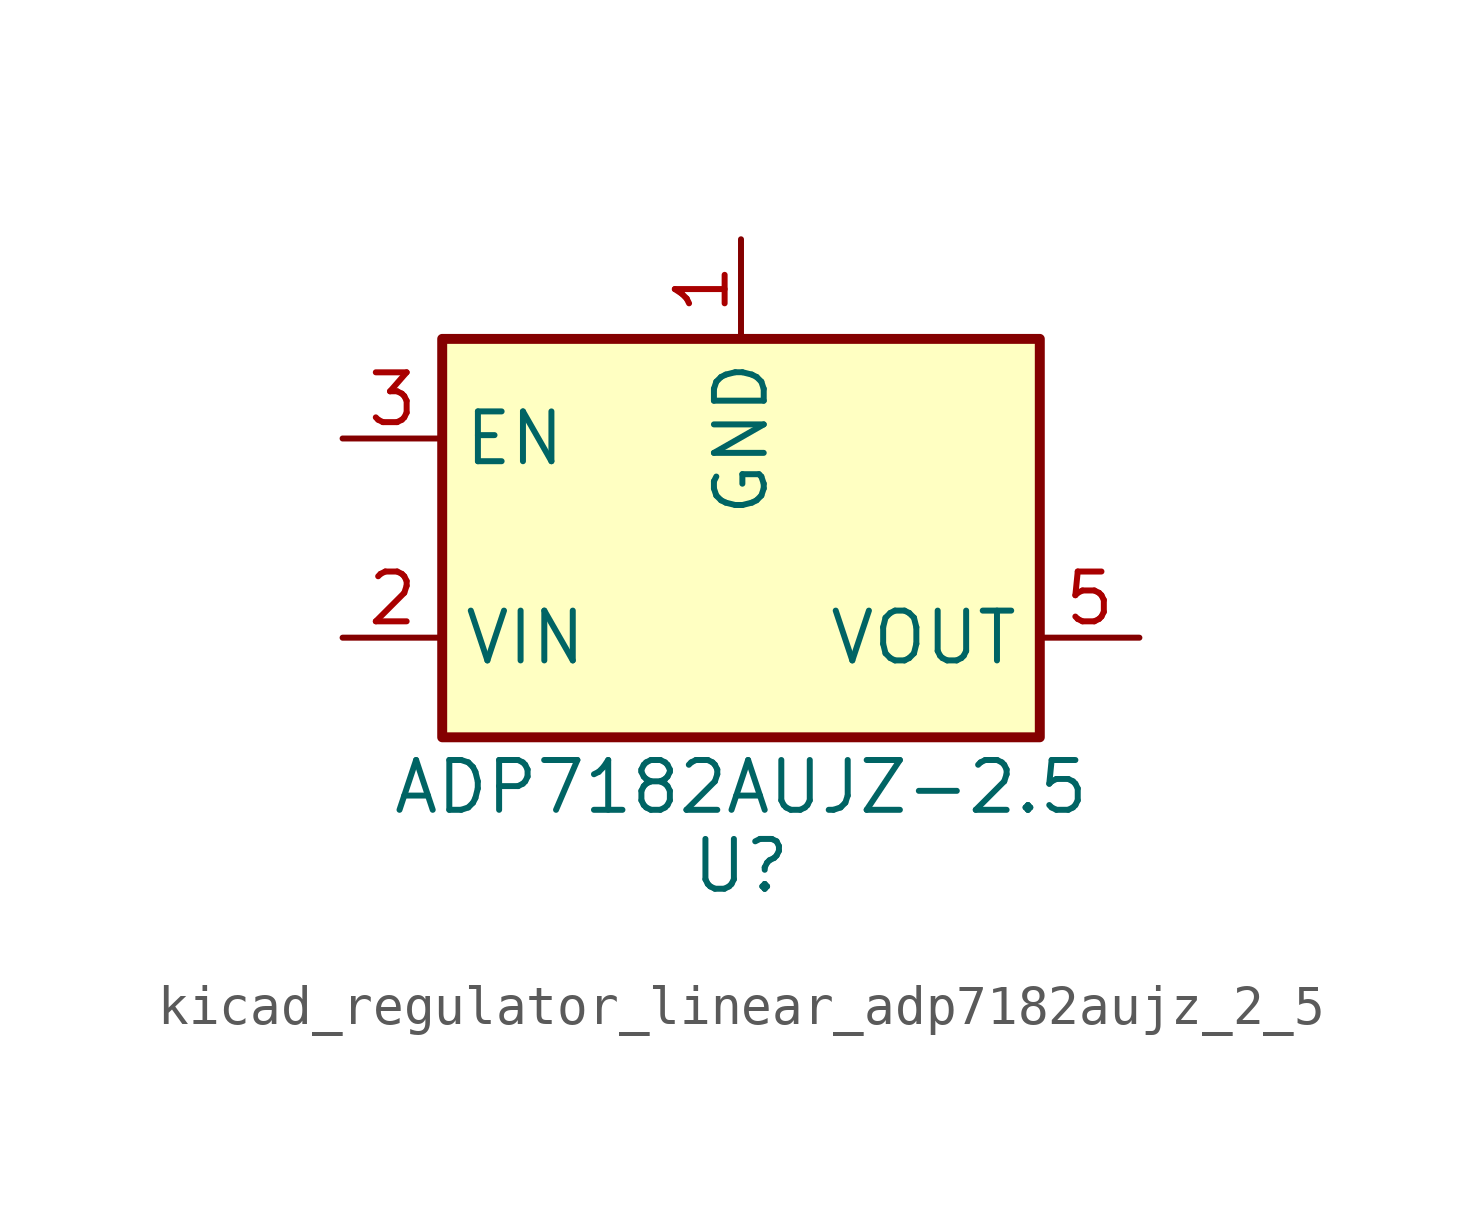
<source format=kicad_sym>
(kicad_symbol_lib
  (version 20220914)
  (generator kicad_symbol_editor)
  (symbol "kicad_regulator_linear_adp7182aujz_2_5"
    (property "Reference" "U"
      (at 0 -7.62 0)
      (effects (font (size 1.27 1.27)) (justify top)))
    (property "Value" "ADP7182AUJZ-2.5"
      (at 0 -6.35 0)
      (effects (font (size 1.27 1.27))))
    (symbol "kicad_regulator_linear_adp7182aujz_2_5_0_1"
      (rectangle (start -7.62 5.08) (end 7.62 -5.08) (stroke (width 0.254) (type default)) (fill (type background))))
    (symbol "kicad_regulator_linear_adp7182aujz_2_5_1_1"
      (pin power_in line (at 0 7.62 270) (length 2.54) (name "GND" (effects (font (size 1.27 1.27)))) (number "1" (effects (font (size 1.27 1.27)))))
      (pin power_in line (at -10.16 -2.54 0) (length 2.54) (name "VIN" (effects (font (size 1.27 1.27)))) (number "2" (effects (font (size 1.27 1.27)))))
      (pin input line (at -10.16 2.54 0) (length 2.54) (name "EN" (effects (font (size 1.27 1.27)))) (number "3" (effects (font (size 1.27 1.27)))))
      (pin no_connect line (at 7.62 0 180) (length 2.54) hide (name "NC" (effects (font (size 1.27 1.27)))) (number "4" (effects (font (size 1.27 1.27)))))
      (pin power_out line (at 10.16 -2.54 180) (length 2.54) (name "VOUT" (effects (font (size 1.27 1.27)))) (number "5" (effects (font (size 1.27 1.27))))))))
</source>
